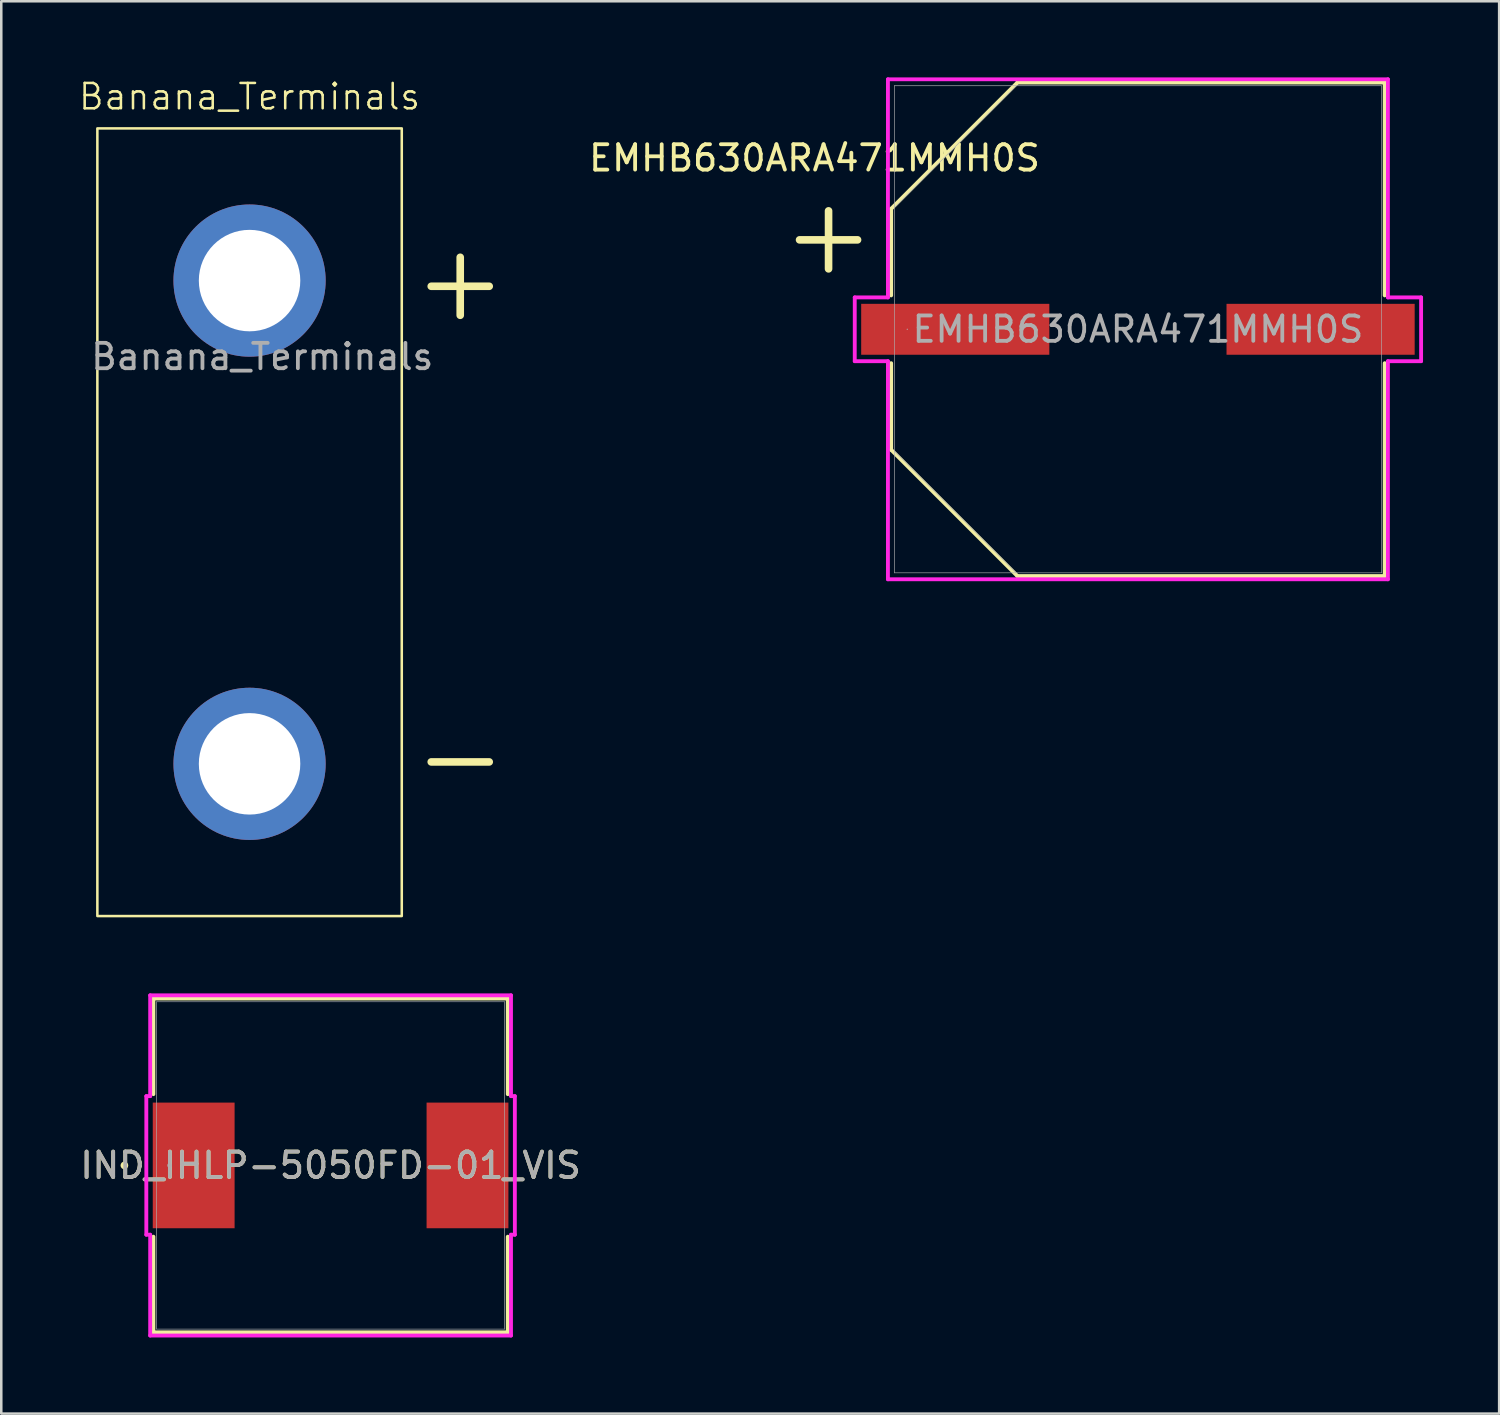
<source format=kicad_pcb>
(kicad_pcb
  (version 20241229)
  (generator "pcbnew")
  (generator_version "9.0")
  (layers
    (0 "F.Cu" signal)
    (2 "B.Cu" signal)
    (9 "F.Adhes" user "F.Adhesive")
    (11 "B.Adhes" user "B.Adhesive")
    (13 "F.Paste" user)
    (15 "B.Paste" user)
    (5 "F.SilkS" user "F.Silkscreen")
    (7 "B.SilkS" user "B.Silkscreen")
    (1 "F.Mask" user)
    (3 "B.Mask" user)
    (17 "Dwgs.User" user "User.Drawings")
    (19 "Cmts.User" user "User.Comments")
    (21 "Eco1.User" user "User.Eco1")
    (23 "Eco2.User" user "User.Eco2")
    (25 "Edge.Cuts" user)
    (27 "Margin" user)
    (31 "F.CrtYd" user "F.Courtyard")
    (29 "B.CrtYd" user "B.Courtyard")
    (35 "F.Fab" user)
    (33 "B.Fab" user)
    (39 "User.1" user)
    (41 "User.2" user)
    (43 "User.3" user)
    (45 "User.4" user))
  (footprint "Banana_Terminals"
    (layer "F.Cu")
    (at 6.788 8.011)
    (property "Reference" "Banana_Terminals" (at 0 -7.25 0) (unlocked yes) (layer "F.SilkS") (effects (font (size 1 1) (thickness 0.1))))
    (attr smd)
    (fp_rect (start -6 -6) (end 6 25.05) (stroke (width 0.1) (type default)) (fill no) (layer "F.SilkS"))
    (fp_text user "-" (at 6.25 20.5 0) (unlocked yes) (layer "F.SilkS") (effects (font (size 3 3) (thickness 0.3)) (justify left bottom)))
    (fp_text user "+" (at 6.25 1.75 0) (unlocked yes) (layer "F.SilkS") (effects (font (size 3 3) (thickness 0.3)) (justify left bottom)))
    (fp_text user "${REFERENCE}" (at 0.5 3 0) (unlocked yes) (layer "F.Fab") (effects (font (size 1 1) (thickness 0.15))))
    (pad "1" thru_hole circle (at 0 0) (size 6 6) (drill 4) (layers "*.Cu" "*.Mask"))
    (pad "2" thru_hole circle (at 0 19.05) (size 6 6) (drill 4) (layers "*.Cu" "*.Mask")))
  (footprint "IND_IHLP-5050FD-01_VIS"
    (layer "F.Cu")
    (at 9.982 42.892)
    (property "Reference" "IND_IHLP-5050FD-01_VIS" (at 0 0 0) (unlocked yes) (layer "F.SilkS") (effects (font (size 1 1) (thickness 0.15))))
    (attr smd)
    (fp_line (start -6.985 -6.579) (end -6.985 -2.809) (stroke (width 0.152) (type solid)) (layer "F.SilkS"))
    (fp_line (start -6.985 2.809) (end -6.985 6.579) (stroke (width 0.152) (type solid)) (layer "F.SilkS"))
    (fp_line (start -6.985 6.579) (end 6.985 6.579) (stroke (width 0.152) (type solid)) (layer "F.SilkS"))
    (fp_line (start 6.985 -6.579) (end -6.985 -6.579) (stroke (width 0.152) (type solid)) (layer "F.SilkS"))
    (fp_line (start 6.985 -2.809) (end 6.985 -6.579) (stroke (width 0.152) (type solid)) (layer "F.SilkS"))
    (fp_line (start 6.985 6.579) (end 6.985 2.809) (stroke (width 0.152) (type solid)) (layer "F.SilkS"))
    (fp_circle (center -8.128 0) (end -8.052 0) (stroke (width 0.152) (type solid)) (fill no) (layer "F.SilkS"))
    (fp_line (start -7.264 -2.731) (end -7.112 -2.731) (stroke (width 0.152) (type solid)) (layer "F.CrtYd"))
    (fp_line (start -7.264 2.731) (end -7.264 -2.731) (stroke (width 0.152) (type solid)) (layer "F.CrtYd"))
    (fp_line (start -7.112 -6.706) (end 7.112 -6.706) (stroke (width 0.152) (type solid)) (layer "F.CrtYd"))
    (fp_line (start -7.112 -2.731) (end -7.112 -6.706) (stroke (width 0.152) (type solid)) (layer "F.CrtYd"))
    (fp_line (start -7.112 2.731) (end -7.264 2.731) (stroke (width 0.152) (type solid)) (layer "F.CrtYd"))
    (fp_line (start -7.112 6.706) (end -7.112 2.731) (stroke (width 0.152) (type solid)) (layer "F.CrtYd"))
    (fp_line (start 7.112 -6.706) (end 7.112 -2.731) (stroke (width 0.152) (type solid)) (layer "F.CrtYd"))
    (fp_line (start 7.112 -2.731) (end 7.264 -2.731) (stroke (width 0.152) (type solid)) (layer "F.CrtYd"))
    (fp_line (start 7.112 2.731) (end 7.112 6.706) (stroke (width 0.152) (type solid)) (layer "F.CrtYd"))
    (fp_line (start 7.112 6.706) (end -7.112 6.706) (stroke (width 0.152) (type solid)) (layer "F.CrtYd"))
    (fp_line (start 7.264 -2.731) (end 7.264 2.731) (stroke (width 0.152) (type solid)) (layer "F.CrtYd"))
    (fp_line (start 7.264 2.731) (end 7.112 2.731) (stroke (width 0.152) (type solid)) (layer "F.CrtYd"))
    (fp_line (start -6.858 -6.452) (end -6.858 6.452) (stroke (width 0.025) (type solid)) (layer "F.Fab"))
    (fp_line (start -6.858 6.452) (end 6.858 6.452) (stroke (width 0.025) (type solid)) (layer "F.Fab"))
    (fp_line (start 6.858 -6.452) (end -6.858 -6.452) (stroke (width 0.025) (type solid)) (layer "F.Fab"))
    (fp_line (start 6.858 6.452) (end 6.858 -6.452) (stroke (width 0.025) (type solid)) (layer "F.Fab"))
    (fp_circle (center -6.35 0) (end -6.274 0) (stroke (width 0.025) (type solid)) (fill no) (layer "F.Fab"))
    (fp_text user "${REFERENCE}" (at 0 0 0) (unlocked yes) (layer "F.Fab") (effects (font (size 1 1) (thickness 0.15))))
    (pad "1" smd rect (at -5.397 0 90) (size 4.953 3.226) (layers "F.Cu" "F.Mask" "F.Paste"))
    (pad "2" smd rect (at 5.397 0 90) (size 4.953 3.226) (layers "F.Cu" "F.Mask" "F.Paste"))
    (zone (net_name "") (layer "F.Cu") (hatch full 0.508) (connect_pads) (min_thickness 0.254) (filled_areas_thickness no) (keepout (tracks not_allowed) (vias not_allowed) (pads allowed) (copperpour not_allowed) (footprints allowed)) (placement (enabled no)) (fill) (polygon (pts (xy 3.175 36.492) (xy 16.789 36.492) (xy 16.789 40.365) (xy 3.175 40.365))))
    (zone (net_name "") (layer "F.Cu") (hatch full 0.508) (connect_pads) (min_thickness 0.254) (filled_areas_thickness no) (keepout (tracks not_allowed) (vias not_allowed) (pads allowed) (copperpour not_allowed) (footprints allowed)) (placement (enabled no)) (fill) (polygon (pts (xy 3.175 45.42) (xy 16.789 45.42) (xy 16.789 49.293) (xy 3.175 49.293))))
    (zone (net_name "") (layer "F.Cu") (hatch full 0.508) (connect_pads) (min_thickness 0.254) (filled_areas_thickness no) (keepout (tracks not_allowed) (vias not_allowed) (pads allowed) (copperpour not_allowed) (footprints allowed)) (placement (enabled no)) (fill) (polygon (pts (xy 6.248 40.365) (xy 13.716 40.365) (xy 13.716 45.42) (xy 6.248 45.42)))))
  (footprint "EMHB630ARA471MMH0S"
    (layer "F.Cu")
    (at 42.058 9.931)
    (property "Reference" "EMHB630ARA471MMH0S" (at -13 -6.75 0) (unlocked yes) (layer "F.SilkS") (effects (font (size 1 1) (thickness 0.15))))
    (attr smd)
    (fp_line (start -9.978 -4.75) (end -9.978 -1.336) (stroke (width 0.152) (type solid)) (layer "F.SilkS"))
    (fp_line (start -9.978 1.336) (end -9.978 4.75) (stroke (width 0.152) (type solid)) (layer "F.SilkS"))
    (fp_line (start -9.978 4.75) (end -5 9.728) (stroke (width 0.152) (type default)) (layer "F.SilkS"))
    (fp_line (start -5 -9.728) (end -9.978 -4.75) (stroke (width 0.152) (type default)) (layer "F.SilkS"))
    (fp_line (start -5 9.728) (end 9.478 9.728) (stroke (width 0.152) (type solid)) (layer "F.SilkS"))
    (fp_line (start 9.478 -9.728) (end -5 -9.728) (stroke (width 0.152) (type solid)) (layer "F.SilkS"))
    (fp_line (start 9.478 -1.336) (end 9.478 -9.728) (stroke (width 0.152) (type solid)) (layer "F.SilkS"))
    (fp_line (start 9.478 9.728) (end 9.478 1.336) (stroke (width 0.152) (type solid)) (layer "F.SilkS"))
    (fp_line (start -11.413 -1.257) (end -10.105 -1.257) (stroke (width 0.152) (type solid)) (layer "F.CrtYd"))
    (fp_line (start -11.413 1.257) (end -11.413 -1.257) (stroke (width 0.152) (type solid)) (layer "F.CrtYd"))
    (fp_line (start -10.105 -9.855) (end 9.605 -9.855) (stroke (width 0.152) (type solid)) (layer "F.CrtYd"))
    (fp_line (start -10.105 -1.257) (end -10.105 -9.855) (stroke (width 0.152) (type solid)) (layer "F.CrtYd"))
    (fp_line (start -10.105 1.257) (end -11.413 1.257) (stroke (width 0.152) (type solid)) (layer "F.CrtYd"))
    (fp_line (start -10.105 9.855) (end -10.105 1.257) (stroke (width 0.152) (type solid)) (layer "F.CrtYd"))
    (fp_line (start 9.605 -9.855) (end 9.605 -1.257) (stroke (width 0.152) (type solid)) (layer "F.CrtYd"))
    (fp_line (start 9.605 -1.257) (end 10.913 -1.257) (stroke (width 0.152) (type solid)) (layer "F.CrtYd"))
    (fp_line (start 9.605 1.257) (end 9.605 9.855) (stroke (width 0.152) (type solid)) (layer "F.CrtYd"))
    (fp_line (start 9.605 9.855) (end -10.105 9.855) (stroke (width 0.152) (type solid)) (layer "F.CrtYd"))
    (fp_line (start 10.913 -1.257) (end 10.913 1.257) (stroke (width 0.152) (type solid)) (layer "F.CrtYd"))
    (fp_line (start 10.913 1.257) (end 9.605 1.257) (stroke (width 0.152) (type solid)) (layer "F.CrtYd"))
    (fp_line (start -9.851 -9.601) (end -9.851 9.601) (stroke (width 0.025) (type solid)) (layer "F.Fab"))
    (fp_line (start -9.851 -4.801) (end -5.051 -9.601) (stroke (width 0.025) (type solid)) (layer "F.Fab"))
    (fp_line (start -9.851 4.801) (end -5.051 9.601) (stroke (width 0.025) (type solid)) (layer "F.Fab"))
    (fp_line (start -9.851 9.601) (end 9.351 9.601) (stroke (width 0.025) (type solid)) (layer "F.Fab"))
    (fp_line (start 9.351 -9.601) (end -9.851 -9.601) (stroke (width 0.025) (type solid)) (layer "F.Fab"))
    (fp_line (start 9.351 9.601) (end 9.351 -9.601) (stroke (width 0.025) (type solid)) (layer "F.Fab"))
    (fp_circle (center -9.343 0) (end -9.343 0) (stroke (width 0.025) (type solid)) (fill no) (layer "F.Fab"))
    (fp_text user "+" (at -14.5 -2 0) (unlocked yes) (layer "F.SilkS") (effects (font (size 3 3) (thickness 0.3)) (justify left bottom)))
    (fp_text user "${REFERENCE}" (at -0.25 0 0) (unlocked yes) (layer "F.Fab") (effects (font (size 1 1) (thickness 0.15))))
    (pad "1" smd rect (at -7.451 0) (size 7.417 2.007) (layers "F.Cu" "F.Mask" "F.Paste"))
    (pad "2" smd rect (at 6.951 0) (size 7.417 2.007) (layers "F.Cu" "F.Mask" "F.Paste"))
    (zone (net_name "") (layer "F.Cu") (hatch full 0.508) (connect_pads) (min_thickness 0.254) (filled_areas_thickness no) (keepout (tracks not_allowed) (vias not_allowed) (pads allowed) (copperpour not_allowed) (footprints allowed)) (placement (enabled no)) (fill) (polygon (pts (xy 32.258 3.131) (xy 51.359 3.131) (xy 51.359 8.877) (xy 32.258 8.877))))
    (zone (net_name "") (layer "F.Cu") (hatch full 0.508) (connect_pads) (min_thickness 0.254) (filled_areas_thickness no) (keepout (tracks not_allowed) (vias not_allowed) (pads allowed) (copperpour not_allowed) (footprints allowed)) (placement (enabled no)) (fill) (polygon (pts (xy 32.258 10.986) (xy 51.359 10.986) (xy 51.359 16.482) (xy 32.258 16.482))))
    (zone (net_name "") (layer "F.Cu") (hatch full 0.508) (connect_pads) (min_thickness 0.254) (filled_areas_thickness no) (keepout (tracks not_allowed) (vias not_allowed) (pads allowed) (copperpour not_allowed) (footprints allowed)) (placement (enabled no)) (fill) (polygon (pts (xy 38.367 8.877) (xy 45.25 8.877) (xy 45.25 10.986) (xy 38.367 10.986)))))
  (gr_rect
    (start -3 -3)
    (end 56.048 52.674)
    (stroke (width 0.1) (type default))
    (fill no)
    (layer "Edge.Cuts")))
</source>
